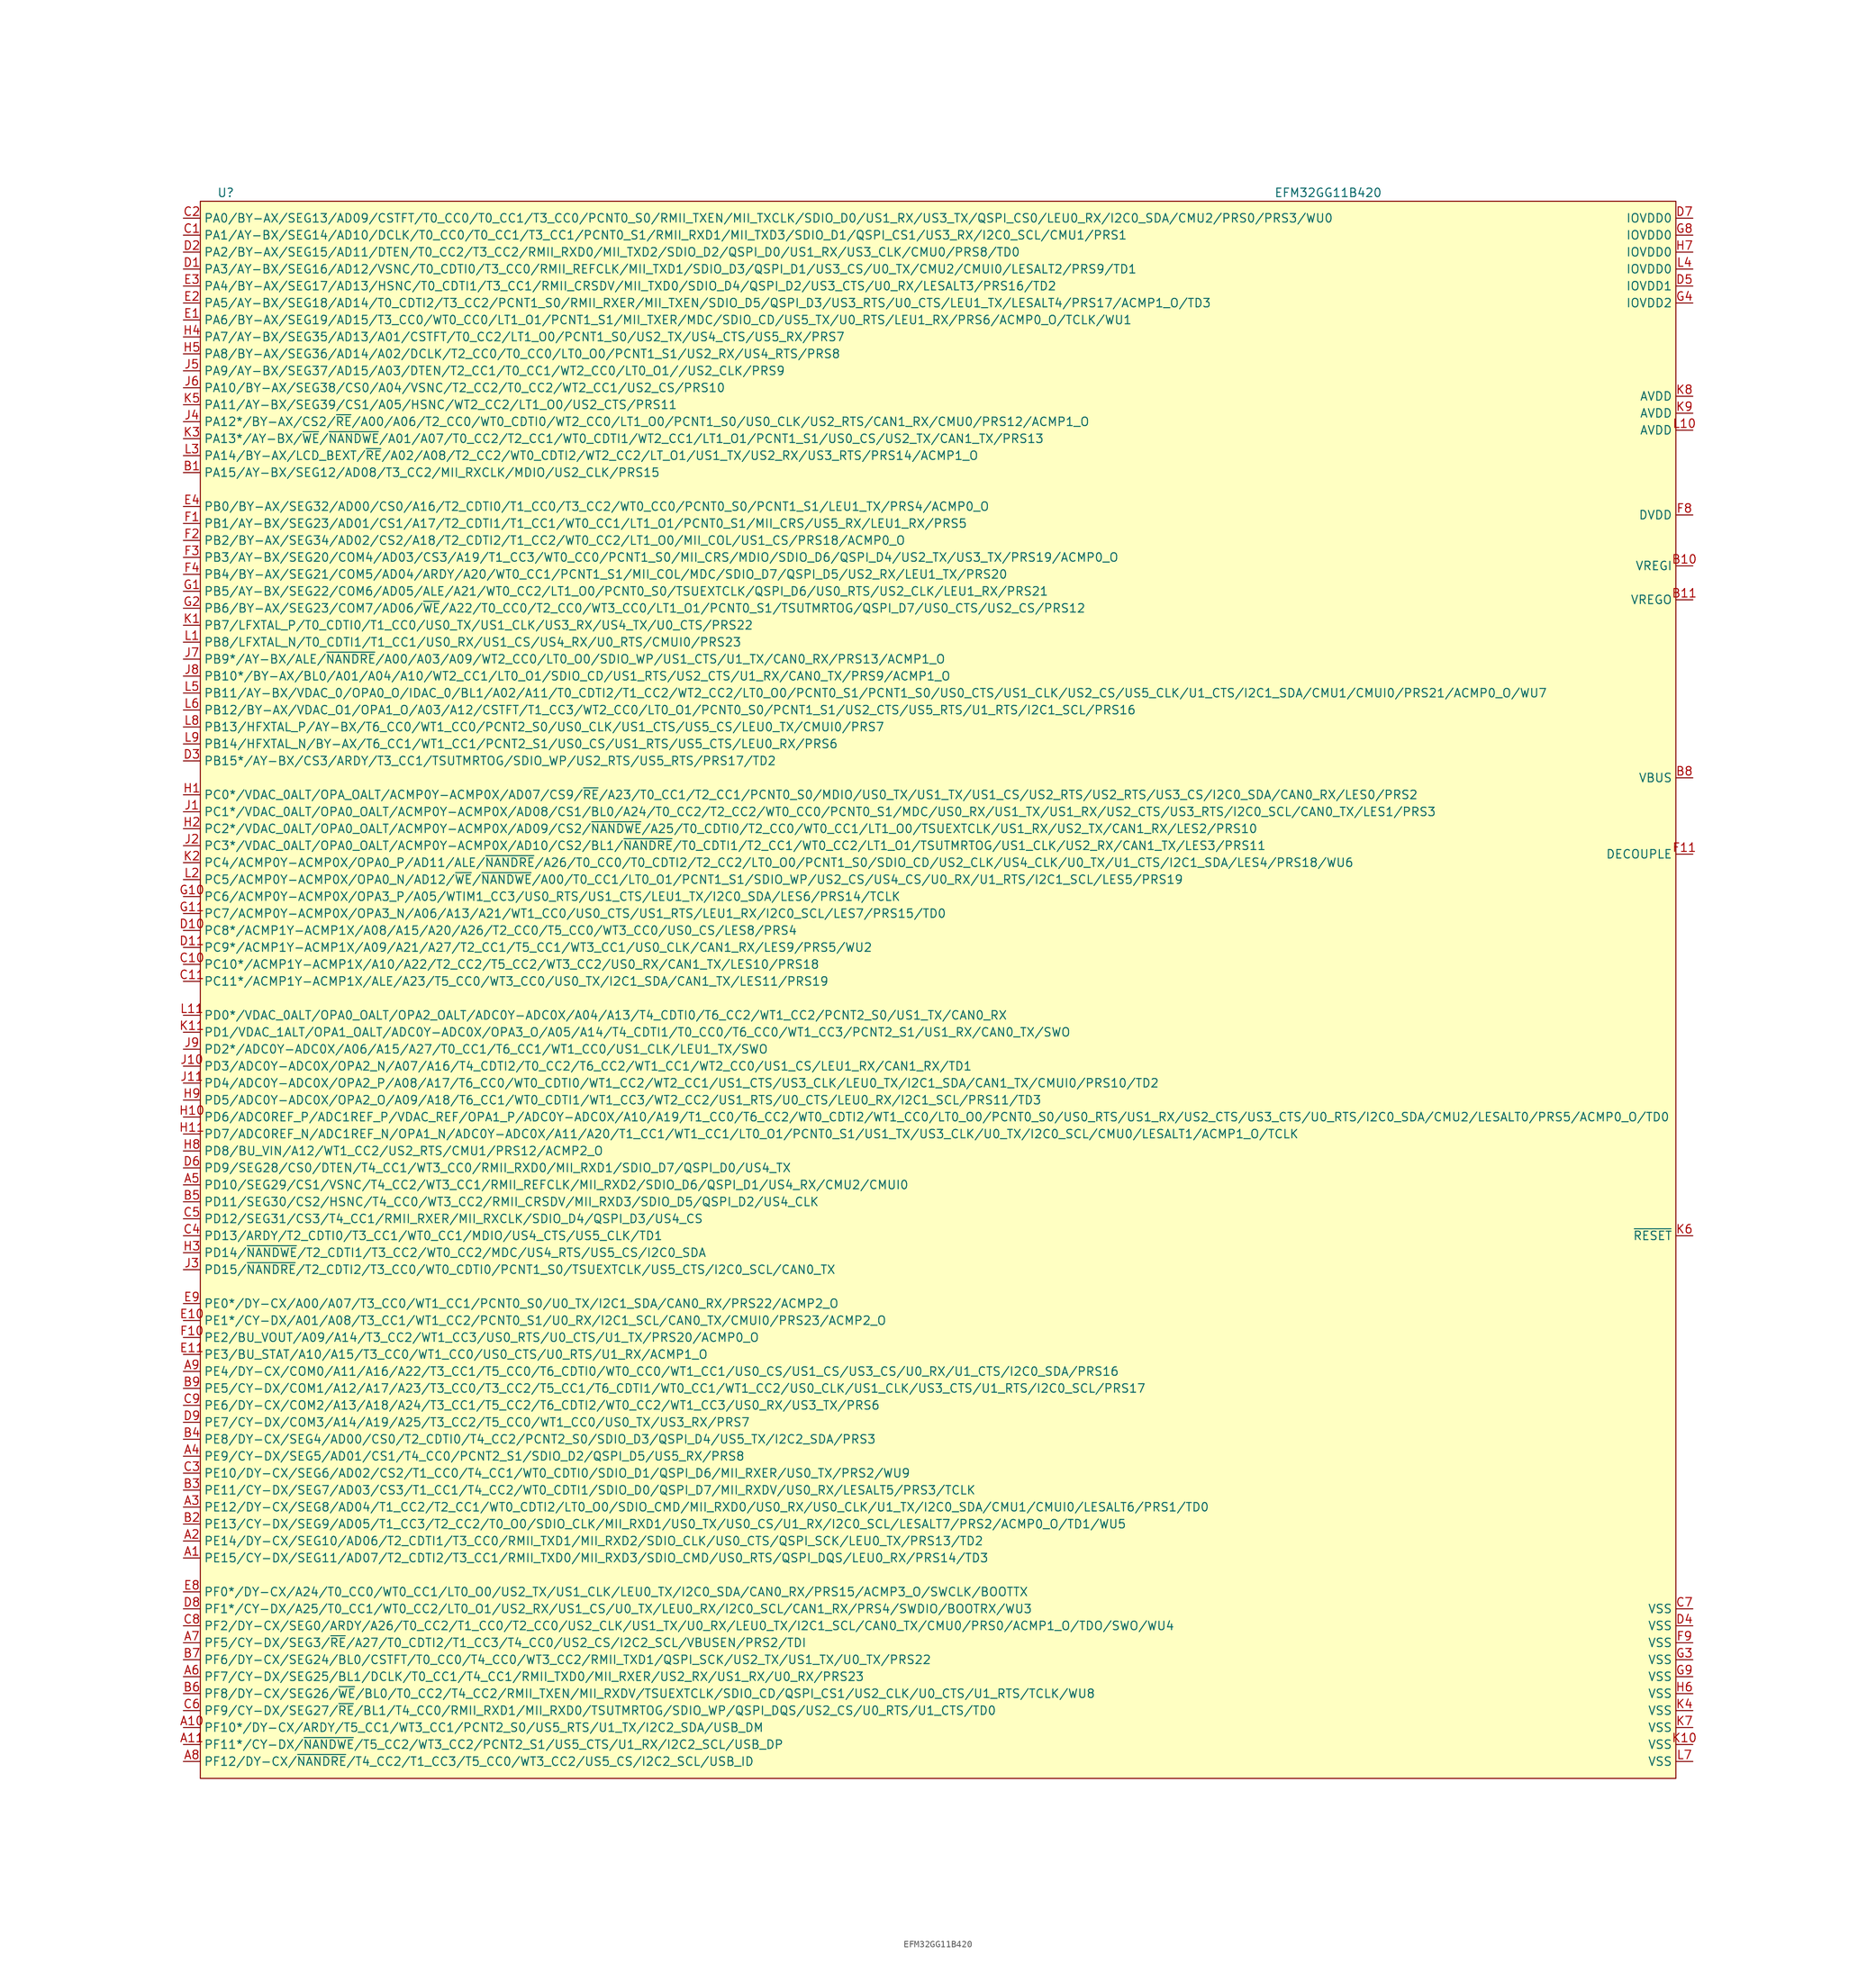
<source format=kicad_sym>
(kicad_symbol_lib
  (version 20231120)
  (generator "kicad_symbol_editor")
  (generator_version "8.0")
  (symbol "EFM32GG11B420"
    (property "Reference" "U"
      (at -101.6 116.84 0)
      (effects (font (size 1.27 1.27))))
    (property "Value" "EFM32GG11B420"
      (at 63.5 116.84 0)
      (effects (font (size 1.27 1.27))))
    (symbol "EFM32GG11B420_0_1"
      (rectangle (start -105.41 -120.65) (end 115.57 115.57) (stroke (width 0) (type default)) (fill (type background))))
    (symbol "EFM32GG11B420_1_1"
      (pin bidirectional line (at -107.95 -87.63 0) (length 2.54) (name "PE15/CY-DX/SEG11/AD07/T2_CDTI2/T3_CC1/RMII_TXD0/MII_RXD3/SDIO_CMD/US0_RTS/QSPI_DQS/LEU0_RX/PRS14/TD3" (effects (font (size 1.27 1.27)))) (number "A1" (effects (font (size 1.27 1.27)))))
      (pin bidirectional line (at -107.95 -113.03 0) (length 2.54) (name "PF10*/DY-CX/ARDY/T5_CC1/WT3_CC1/PCNT2_S0/US5_RTS/U1_TX/I2C2_SDA/USB_DM" (effects (font (size 1.27 1.27)))) (number "A10" (effects (font (size 1.27 1.27)))))
      (pin bidirectional line (at -107.95 -115.57 0) (length 2.54) (name "PF11*/CY-DX/~{NANDWE}/T5_CC2/WT3_CC2/PCNT2_S1/US5_CTS/U1_RX/I2C2_SCL/USB_DP" (effects (font (size 1.27 1.27)))) (number "A11" (effects (font (size 1.27 1.27)))))
      (pin bidirectional line (at -107.95 -85.09 0) (length 2.54) (name "PE14/DY-CX/SEG10/AD06/T2_CDTI1/T3_CC0/RMII_TXD1/MII_RXD2/SDIO_CLK/US0_CTS/QSPI_SCK/LEU0_TX/PRS13/TD2" (effects (font (size 1.27 1.27)))) (number "A2" (effects (font (size 1.27 1.27)))))
      (pin bidirectional line (at -107.95 -80.01 0) (length 2.54) (name "PE12/DY-CX/SEG8/AD04/T1_CC2/T2_CC1/WT0_CDTI2/LT0_O0/SDIO_CMD/MII_RXD0/US0_RX/US0_CLK/U1_TX/I2C0_SDA/CMU1/CMUI0/LESALT6/PRS1/TD0" (effects (font (size 1.27 1.27)))) (number "A3" (effects (font (size 1.27 1.27)))))
      (pin bidirectional line (at -107.95 -72.39 0) (length 2.54) (name "PE9/CY-DX/SEG5/AD01/CS1/T4_CC0/PCNT2_S1/SDIO_D2/QSPI_D5/US5_RX/PRS8" (effects (font (size 1.27 1.27)))) (number "A4" (effects (font (size 1.27 1.27)))))
      (pin bidirectional line (at -107.95 -31.75 0) (length 2.54) (name "PD10/SEG29/CS1/VSNC/T4_CC2/WT3_CC1/RMII_REFCLK/MII_RXD2/SDIO_D6/QSPI_D1/US4_RX/CMU2/CMUI0" (effects (font (size 1.27 1.27)))) (number "A5" (effects (font (size 1.27 1.27)))))
      (pin bidirectional line (at -107.95 -105.41 0) (length 2.54) (name "PF7/CY-DX/SEG25/BL1/DCLK/T0_CC1/T4_CC1/RMII_TXD0/MII_RXER/US2_RX/US1_RX/U0_RX/PRS23" (effects (font (size 1.27 1.27)))) (number "A6" (effects (font (size 1.27 1.27)))))
      (pin bidirectional line (at -107.95 -100.33 0) (length 2.54) (name "PF5/CY-DX/SEG3/~{RE}/A27/T0_CDTI2/T1_CC3/T4_CC0/US2_CS/I2C2_SCL/VBUSEN/PRS2/TDI" (effects (font (size 1.27 1.27)))) (number "A7" (effects (font (size 1.27 1.27)))))
      (pin bidirectional line (at -107.95 -118.11 0) (length 2.54) (name "PF12/DY-CX/~{NANDRE}/T4_CC2/T1_CC3/T5_CC0/WT3_CC2/US5_CS/I2C2_SCL/USB_ID" (effects (font (size 1.27 1.27)))) (number "A8" (effects (font (size 1.27 1.27)))))
      (pin bidirectional line (at -107.95 -59.69 0) (length 2.54) (name "PE4/DY-CX/COM0/A11/A16/A22/T3_CC1/T5_CC0/T6_CDTI0/WT0_CC0/WT1_CC1/US0_CS/US1_CS/US3_CS/U0_RX/U1_CTS/I2C0_SDA/PRS16" (effects (font (size 1.27 1.27)))) (number "A9" (effects (font (size 1.27 1.27)))))
      (pin bidirectional line (at -107.95 74.93 0) (length 2.54) (name "PA15/AY-BX/SEG12/AD08/T3_CC2/MII_RXCLK/MDIO/US2_CLK/PRS15" (effects (font (size 1.27 1.27)))) (number "B1" (effects (font (size 1.27 1.27)))))
      (pin power_in line (at 118.11 60.96 180) (length 2.54) (name "VREGI" (effects (font (size 1.27 1.27)))) (number "B10" (effects (font (size 1.27 1.27)))))
      (pin power_out line (at 118.11 55.88 180) (length 2.54) (name "VREGO" (effects (font (size 1.27 1.27)))) (number "B11" (effects (font (size 1.27 1.27)))))
      (pin bidirectional line (at -107.95 -82.55 0) (length 2.54) (name "PE13/CY-DX/SEG9/AD05/T1_CC3/T2_CC2/T0_O0/SDIO_CLK/MII_RXD1/US0_TX/US0_CS/U1_RX/I2C0_SCL/LESALT7/PRS2/ACMP0_O/TD1/WU5" (effects (font (size 1.27 1.27)))) (number "B2" (effects (font (size 1.27 1.27)))))
      (pin bidirectional line (at -107.95 -77.47 0) (length 2.54) (name "PE11/CY-DX/SEG7/AD03/CS3/T1_CC1/T4_CC2/WT0_CDTI1/SDIO_D0/QSPI_D7/MII_RXDV/US0_RX/LESALT5/PRS3/TCLK" (effects (font (size 1.27 1.27)))) (number "B3" (effects (font (size 1.27 1.27)))))
      (pin bidirectional line (at -107.95 -69.85 0) (length 2.54) (name "PE8/DY-CX/SEG4/AD00/CS0/T2_CDTI0/T4_CC2/PCNT2_S0/SDIO_D3/QSPI_D4/US5_TX/I2C2_SDA/PRS3" (effects (font (size 1.27 1.27)))) (number "B4" (effects (font (size 1.27 1.27)))))
      (pin bidirectional line (at -107.95 -34.29 0) (length 2.54) (name "PD11/SEG30/CS2/HSNC/T4_CC0/WT3_CC2/RMII_CRSDV/MII_RXD3/SDIO_D5/QSPI_D2/US4_CLK" (effects (font (size 1.27 1.27)))) (number "B5" (effects (font (size 1.27 1.27)))))
      (pin bidirectional line (at -107.95 -107.95 0) (length 2.54) (name "PF8/DY-CX/SEG26/~{WE}/BL0/T0_CC2/T4_CC2/RMII_TXEN/MII_RXDV/TSUEXTCLK/SDIO_CD/QSPI_CS1/US2_CLK/U0_CTS/U1_RTS/TCLK/WU8" (effects (font (size 1.27 1.27)))) (number "B6" (effects (font (size 1.27 1.27)))))
      (pin bidirectional line (at -107.95 -102.87 0) (length 2.54) (name "PF6/DY-CX/SEG24/BL0/CSTFT/T0_CC0/T4_CC0/WT3_CC2/RMII_TXD1/QSPI_SCK/US2_TX/US1_TX/U0_TX/PRS22" (effects (font (size 1.27 1.27)))) (number "B7" (effects (font (size 1.27 1.27)))))
      (pin power_in line (at 118.11 29.21 180) (length 2.54) (name "VBUS" (effects (font (size 1.27 1.27)))) (number "B8" (effects (font (size 1.27 1.27)))))
      (pin bidirectional line (at -107.95 -62.23 0) (length 2.54) (name "PE5/CY-DX/COM1/A12/A17/A23/T3_CC0/T3_CC2/T5_CC1/T6_CDTI1/WT0_CC1/WT1_CC2/US0_CLK/US1_CLK/US3_CTS/U1_RTS/I2C0_SCL/PRS17" (effects (font (size 1.27 1.27)))) (number "B9" (effects (font (size 1.27 1.27)))))
      (pin bidirectional line (at -107.95 110.49 0) (length 2.54) (name "PA1/AY-BX/SEG14/AD10/DCLK/T0_CC0/T0_CC1/T3_CC1/PCNT0_S1/RMII_RXD1/MII_TXD3/SDIO_D1/QSPI_CS1/US3_RX/I2C0_SCL/CMU1/PRS1" (effects (font (size 1.27 1.27)))) (number "C1" (effects (font (size 1.27 1.27)))))
      (pin bidirectional line (at -107.95 1.27 0) (length 2.54) (name "PC10*/ACMP1Y-ACMP1X/A10/A22/T2_CC2/T5_CC2/WT3_CC2/US0_RX/CAN1_TX/LES10/PRS18" (effects (font (size 1.27 1.27)))) (number "C10" (effects (font (size 1.27 1.27)))))
      (pin bidirectional line (at -107.95 -1.27 0) (length 2.54) (name "PC11*/ACMP1Y-ACMP1X/ALE/A23/T5_CC0/WT3_CC0/US0_TX/I2C1_SDA/CAN1_TX/LES11/PRS19" (effects (font (size 1.27 1.27)))) (number "C11" (effects (font (size 1.27 1.27)))))
      (pin bidirectional line (at -107.95 113.03 0) (length 2.54) (name "PA0/BY-AX/SEG13/AD09/CSTFT/T0_CC0/T0_CC1/T3_CC0/PCNT0_S0/RMII_TXEN/MII_TXCLK/SDIO_D0/US1_RX/US3_TX/QSPI_CS0/LEU0_RX/I2C0_SDA/CMU2/PRS0/PRS3/WU0" (effects (font (size 1.27 1.27)))) (number "C2" (effects (font (size 1.27 1.27)))))
      (pin bidirectional line (at -107.95 -74.93 0) (length 2.54) (name "PE10/DY-CX/SEG6/AD02/CS2/T1_CC0/T4_CC1/WT0_CDTI0/SDIO_D1/QSPI_D6/MII_RXER/US0_TX/PRS2/WU9" (effects (font (size 1.27 1.27)))) (number "C3" (effects (font (size 1.27 1.27)))))
      (pin bidirectional line (at -107.95 -39.37 0) (length 2.54) (name "PD13/ARDY/T2_CDTI0/T3_CC1/WT0_CC1/MDIO/US4_CTS/US5_CLK/TD1" (effects (font (size 1.27 1.27)))) (number "C4" (effects (font (size 1.27 1.27)))))
      (pin bidirectional line (at -107.95 -36.83 0) (length 2.54) (name "PD12/SEG31/CS3/T4_CC1/RMII_RXER/MII_RXCLK/SDIO_D4/QSPI_D3/US4_CS" (effects (font (size 1.27 1.27)))) (number "C5" (effects (font (size 1.27 1.27)))))
      (pin bidirectional line (at -107.95 -110.49 0) (length 2.54) (name "PF9/CY-DX/SEG27/~{RE}/BL1/T4_CC0/RMII_RXD1/MII_RXD0/TSUTMRTOG/SDIO_WP/QSPI_DQS/US2_CS/U0_RTS/U1_CTS/TD0" (effects (font (size 1.27 1.27)))) (number "C6" (effects (font (size 1.27 1.27)))))
      (pin power_in line (at 118.11 -95.25 180) (length 2.54) (name "VSS" (effects (font (size 1.27 1.27)))) (number "C7" (effects (font (size 1.27 1.27)))))
      (pin bidirectional line (at -107.95 -97.79 0) (length 2.54) (name "PF2/DY-CX/SEG0/ARDY/A26/T0_CC2/T1_CC0/T2_CC0/US2_CLK/US1_TX/U0_RX/LEU0_TX/I2C1_SCL/CAN0_TX/CMU0/PRS0/ACMP1_O/TDO/SWO/WU4" (effects (font (size 1.27 1.27)))) (number "C8" (effects (font (size 1.27 1.27)))))
      (pin bidirectional line (at -107.95 -64.77 0) (length 2.54) (name "PE6/DY-CX/COM2/A13/A18/A24/T3_CC1/T5_CC2/T6_CDTI2/WT0_CC2/WT1_CC3/US0_RX/US3_TX/PRS6" (effects (font (size 1.27 1.27)))) (number "C9" (effects (font (size 1.27 1.27)))))
      (pin bidirectional line (at -107.95 105.41 0) (length 2.54) (name "PA3/AY-BX/SEG16/AD12/VSNC/T0_CDTI0/T3_CC0/RMII_REFCLK/MII_TXD1/SDIO_D3/QSPI_D1/US3_CS/U0_TX/CMU2/CMUI0/LESALT2/PRS9/TD1" (effects (font (size 1.27 1.27)))) (number "D1" (effects (font (size 1.27 1.27)))))
      (pin bidirectional line (at -107.95 6.35 0) (length 2.54) (name "PC8*/ACMP1Y-ACMP1X/A08/A15/A20/A26/T2_CC0/T5_CC0/WT3_CC0/US0_CS/LES8/PRS4" (effects (font (size 1.27 1.27)))) (number "D10" (effects (font (size 1.27 1.27)))))
      (pin bidirectional line (at -107.95 3.81 0) (length 2.54) (name "PC9*/ACMP1Y-ACMP1X/A09/A21/A27/T2_CC1/T5_CC1/WT3_CC1/US0_CLK/CAN1_RX/LES9/PRS5/WU2" (effects (font (size 1.27 1.27)))) (number "D11" (effects (font (size 1.27 1.27)))))
      (pin bidirectional line (at -107.95 107.95 0) (length 2.54) (name "PA2/BY-AX/SEG15/AD11/DTEN/T0_CC2/T3_CC2/RMII_RXD0/MII_TXD2/SDIO_D2/QSPI_D0/US1_RX/US3_CLK/CMU0/PRS8/TD0" (effects (font (size 1.27 1.27)))) (number "D2" (effects (font (size 1.27 1.27)))))
      (pin bidirectional line (at -107.95 31.75 0) (length 2.54) (name "PB15*/AY-BX/CS3/ARDY/T3_CC1/TSUTMRTOG/SDIO_WP/US2_RTS/US5_RTS/PRS17/TD2" (effects (font (size 1.27 1.27)))) (number "D3" (effects (font (size 1.27 1.27)))))
      (pin power_in line (at 118.11 -97.79 180) (length 2.54) (name "VSS" (effects (font (size 1.27 1.27)))) (number "D4" (effects (font (size 1.27 1.27)))))
      (pin power_in line (at 118.11 102.87 180) (length 2.54) (name "IOVDD1" (effects (font (size 1.27 1.27)))) (number "D5" (effects (font (size 1.27 1.27)))))
      (pin bidirectional line (at -107.95 -29.21 0) (length 2.54) (name "PD9/SEG28/CS0/DTEN/T4_CC1/WT3_CC0/RMII_RXD0/MII_RXD1/SDIO_D7/QSPI_D0/US4_TX" (effects (font (size 1.27 1.27)))) (number "D6" (effects (font (size 1.27 1.27)))))
      (pin bidirectional line (at 118.11 113.03 180) (length 2.54) (name "IOVDD0" (effects (font (size 1.27 1.27)))) (number "D7" (effects (font (size 1.27 1.27)))))
      (pin bidirectional line (at -107.95 -95.25 0) (length 2.54) (name "PF1*/CY-DX/A25/T0_CC1/WT0_CC2/LT0_O1/US2_RX/US1_CS/U0_TX/LEU0_RX/I2C0_SCL/CAN1_RX/PRS4/SWDIO/BOOTRX/WU3" (effects (font (size 1.27 1.27)))) (number "D8" (effects (font (size 1.27 1.27)))))
      (pin bidirectional line (at -107.95 -67.31 0) (length 2.54) (name "PE7/CY-DX/COM3/A14/A19/A25/T3_CC2/T5_CC0/WT1_CC0/US0_TX/US3_RX/PRS7" (effects (font (size 1.27 1.27)))) (number "D9" (effects (font (size 1.27 1.27)))))
      (pin bidirectional line (at -107.95 97.79 0) (length 2.54) (name "PA6/BY-AX/SEG19/AD15/T3_CC0/WT0_CC0/LT1_O1/PCNT1_S1/MII_TXER/MDC/SDIO_CD/US5_TX/U0_RTS/LEU1_RX/PRS6/ACMP0_O/TCLK/WU1" (effects (font (size 1.27 1.27)))) (number "E1" (effects (font (size 1.27 1.27)))))
      (pin bidirectional line (at -107.95 -52.07 0) (length 2.54) (name "PE1*/CY-DX/A01/A08/T3_CC1/WT1_CC2/PCNT0_S1/U0_RX/I2C1_SCL/CAN0_TX/CMUI0/PRS23/ACMP2_O" (effects (font (size 1.27 1.27)))) (number "E10" (effects (font (size 1.27 1.27)))))
      (pin bidirectional line (at -107.95 -57.15 0) (length 2.54) (name "PE3/BU_STAT/A10/A15/T3_CC0/WT1_CC0/US0_CTS/U0_RTS/U1_RX/ACMP1_O" (effects (font (size 1.27 1.27)))) (number "E11" (effects (font (size 1.27 1.27)))))
      (pin bidirectional line (at -107.95 100.33 0) (length 2.54) (name "PA5/AY-BX/SEG18/AD14/T0_CDTI2/T3_CC2/PCNT1_S0/RMII_RXER/MII_TXEN/SDIO_D5/QSPI_D3/US3_RTS/U0_CTS/LEU1_TX/LESALT4/PRS17/ACMP1_O/TD3" (effects (font (size 1.27 1.27)))) (number "E2" (effects (font (size 1.27 1.27)))))
      (pin bidirectional line (at -107.95 102.87 0) (length 2.54) (name "PA4/BY-AX/SEG17/AD13/HSNC/T0_CDTI1/T3_CC1/RMII_CRSDV/MII_TXD0/SDIO_D4/QSPI_D2/US3_CTS/U0_RX/LESALT3/PRS16/TD2" (effects (font (size 1.27 1.27)))) (number "E3" (effects (font (size 1.27 1.27)))))
      (pin bidirectional line (at -107.95 69.85 0) (length 2.54) (name "PB0/BY-AX/SEG32/AD00/CS0/A16/T2_CDTI0/T1_CC0/T3_CC2/WT0_CC0/PCNT0_S0/PCNT1_S1/LEU1_TX/PRS4/ACMP0_O" (effects (font (size 1.27 1.27)))) (number "E4" (effects (font (size 1.27 1.27)))))
      (pin bidirectional line (at -107.95 -92.71 0) (length 2.54) (name "PF0*/DY-CX/A24/T0_CC0/WT0_CC1/LT0_O0/US2_TX/US1_CLK/LEU0_TX/I2C0_SDA/CAN0_RX/PRS15/ACMP3_O/SWCLK/BOOTTX" (effects (font (size 1.27 1.27)))) (number "E8" (effects (font (size 1.27 1.27)))))
      (pin bidirectional line (at -107.95 -49.53 0) (length 2.54) (name "PE0*/DY-CX/A00/A07/T3_CC0/WT1_CC1/PCNT0_S0/U0_TX/I2C1_SDA/CAN0_RX/PRS22/ACMP2_O" (effects (font (size 1.27 1.27)))) (number "E9" (effects (font (size 1.27 1.27)))))
      (pin bidirectional line (at -107.95 67.31 0) (length 2.54) (name "PB1/AY-BX/SEG23/AD01/CS1/A17/T2_CDTI1/T1_CC1/WT0_CC1/LT1_O1/PCNT0_S1/MII_CRS/US5_RX/LEU1_RX/PRS5" (effects (font (size 1.27 1.27)))) (number "F1" (effects (font (size 1.27 1.27)))))
      (pin bidirectional line (at -107.95 -54.61 0) (length 2.54) (name "PE2/BU_VOUT/A09/A14/T3_CC2/WT1_CC3/US0_RTS/U0_CTS/U1_TX/PRS20/ACMP0_O" (effects (font (size 1.27 1.27)))) (number "F10" (effects (font (size 1.27 1.27)))))
      (pin power_out line (at 118.11 17.78 180) (length 2.54) (name "DECOUPLE" (effects (font (size 1.27 1.27)))) (number "F11" (effects (font (size 1.27 1.27)))))
      (pin bidirectional line (at -107.95 64.77 0) (length 2.54) (name "PB2/BY-AX/SEG34/AD02/CS2/A18/T2_CDTI2/T1_CC2/WT0_CC2/LT1_O0/MII_COL/US1_CS/PRS18/ACMP0_O" (effects (font (size 1.27 1.27)))) (number "F2" (effects (font (size 1.27 1.27)))))
      (pin bidirectional line (at -107.95 62.23 0) (length 2.54) (name "PB3/AY-BX/SEG20/COM4/AD03/CS3/A19/T1_CC3/WT0_CC0/PCNT1_S0/MII_CRS/MDIO/SDIO_D6/QSPI_D4/US2_TX/US3_TX/PRS19/ACMP0_O" (effects (font (size 1.27 1.27)))) (number "F3" (effects (font (size 1.27 1.27)))))
      (pin bidirectional line (at -107.95 59.69 0) (length 2.54) (name "PB4/BY-AX/SEG21/COM5/AD04/ARDY/A20/WT0_CC1/PCNT1_S1/MII_COL/MDC/SDIO_D7/QSPI_D5/US2_RX/LEU1_TX/PRS20" (effects (font (size 1.27 1.27)))) (number "F4" (effects (font (size 1.27 1.27)))))
      (pin power_in line (at 118.11 68.58 180) (length 2.54) (name "DVDD" (effects (font (size 1.27 1.27)))) (number "F8" (effects (font (size 1.27 1.27)))))
      (pin power_in line (at 118.11 -100.33 180) (length 2.54) (name "VSS" (effects (font (size 1.27 1.27)))) (number "F9" (effects (font (size 1.27 1.27)))))
      (pin bidirectional line (at -107.95 57.15 0) (length 2.54) (name "PB5/AY-BX/SEG22/COM6/AD05/ALE/A21/WT0_CC2/LT1_O0/PCNT0_S0/TSUEXTCLK/QSPI_D6/US0_RTS/US2_CLK/LEU1_RX/PRS21" (effects (font (size 1.27 1.27)))) (number "G1" (effects (font (size 1.27 1.27)))))
      (pin bidirectional line (at -107.95 11.43 0) (length 2.54) (name "PC6/ACMP0Y-ACMP0X/OPA3_P/A05/WTIM1_CC3/US0_RTS/US1_CTS/LEU1_TX/I2C0_SDA/LES6/PRS14/TCLK" (effects (font (size 1.27 1.27)))) (number "G10" (effects (font (size 1.27 1.27)))))
      (pin bidirectional line (at -107.95 8.89 0) (length 2.54) (name "PC7/ACMP0Y-ACMP0X/OPA3_N/A06/A13/A21/WT1_CC0/US0_CTS/US1_RTS/LEU1_RX/I2C0_SCL/LES7/PRS15/TD0" (effects (font (size 1.27 1.27)))) (number "G11" (effects (font (size 1.27 1.27)))))
      (pin bidirectional line (at -107.95 54.61 0) (length 2.54) (name "PB6/BY-AX/SEG23/COM7/AD06/~{WE}/A22/T0_CC0/T2_CC0/WT3_CC0/LT1_O1/PCNT0_S1/TSUTMRTOG/QSPI_D7/US0_CTS/US2_CS/PRS12" (effects (font (size 1.27 1.27)))) (number "G2" (effects (font (size 1.27 1.27)))))
      (pin power_in line (at 118.11 -102.87 180) (length 2.54) (name "VSS" (effects (font (size 1.27 1.27)))) (number "G3" (effects (font (size 1.27 1.27)))))
      (pin power_in line (at 118.11 100.33 180) (length 2.54) (name "IOVDD2" (effects (font (size 1.27 1.27)))) (number "G4" (effects (font (size 1.27 1.27)))))
      (pin power_in line (at 118.11 110.49 180) (length 2.54) (name "IOVDD0" (effects (font (size 1.27 1.27)))) (number "G8" (effects (font (size 1.27 1.27)))))
      (pin power_in line (at 118.11 -105.41 180) (length 2.54) (name "VSS" (effects (font (size 1.27 1.27)))) (number "G9" (effects (font (size 1.27 1.27)))))
      (pin bidirectional line (at -107.95 26.67 0) (length 2.54) (name "PC0*/VDAC_0ALT/OPA_OALT/ACMP0Y-ACMP0X/AD07/CS9/~{RE}/A23/T0_CC1/T2_CC1/PCNT0_S0/MDIO/US0_TX/US1_TX/US1_CS/US2_RTS/US2_RTS/US3_CS/I2C0_SDA/CAN0_RX/LES0/PRS2" (effects (font (size 1.27 1.27)))) (number "H1" (effects (font (size 1.27 1.27)))))
      (pin bidirectional line (at -107.95 -21.59 0) (length 2.54) (name "PD6/ADC0REF_P/ADC1REF_P/VDAC_REF/OPA1_P/ADC0Y-ADC0X/A10/A19/T1_CC0/T6_CC2/WT0_CDTI2/WT1_CC0/LT0_O0/PCNT0_S0/US0_RTS/US1_RX/US2_CTS/US3_CTS/U0_RTS/I2C0_SDA/CMU2/LESALT0/PRS5/ACMP0_O/TD0" (effects (font (size 1.27 1.27)))) (number "H10" (effects (font (size 1.27 1.27)))))
      (pin bidirectional line (at -107.95 -24.13 0) (length 2.54) (name "PD7/ADC0REF_N/ADC1REF_N/OPA1_N/ADC0Y-ADC0X/A11/A20/T1_CC1/WT1_CC1/LT0_O1/PCNT0_S1/US1_TX/US3_CLK/U0_TX/I2C0_SCL/CMU0/LESALT1/ACMP1_O/TCLK" (effects (font (size 1.27 1.27)))) (number "H11" (effects (font (size 1.27 1.27)))))
      (pin bidirectional line (at -107.95 21.59 0) (length 2.54) (name "PC2*/VDAC_0ALT/OPA0_OALT/ACMP0Y-ACMP0X/AD09/CS2/~{NANDWE}/A25/T0_CDTI0/T2_CC0/WT0_CC1/LT1_O0/TSUEXTCLK/US1_RX/US2_TX/CAN1_RX/LES2/PRS10" (effects (font (size 1.27 1.27)))) (number "H2" (effects (font (size 1.27 1.27)))))
      (pin bidirectional line (at -107.95 -41.91 0) (length 2.54) (name "PD14/~{NANDWE}/T2_CDTI1/T3_CC2/WT0_CC2/MDC/US4_RTS/US5_CS/I2C0_SDA" (effects (font (size 1.27 1.27)))) (number "H3" (effects (font (size 1.27 1.27)))))
      (pin bidirectional line (at -107.95 95.25 0) (length 2.54) (name "PA7/AY-BX/SEG35/AD13/A01/CSTFT/T0_CC2/LT1_O0/PCNT1_S0/US2_TX/US4_CTS/US5_RX/PRS7" (effects (font (size 1.27 1.27)))) (number "H4" (effects (font (size 1.27 1.27)))))
      (pin bidirectional line (at -107.95 92.71 0) (length 2.54) (name "PA8/BY-AX/SEG36/AD14/A02/DCLK/T2_CC0/T0_CC0/LT0_O0/PCNT1_S1/US2_RX/US4_RTS/PRS8" (effects (font (size 1.27 1.27)))) (number "H5" (effects (font (size 1.27 1.27)))))
      (pin power_in line (at 118.11 -107.95 180) (length 2.54) (name "VSS" (effects (font (size 1.27 1.27)))) (number "H6" (effects (font (size 1.27 1.27)))))
      (pin power_in line (at 118.11 107.95 180) (length 2.54) (name "IOVDD0" (effects (font (size 1.27 1.27)))) (number "H7" (effects (font (size 1.27 1.27)))))
      (pin bidirectional line (at -107.95 -26.67 0) (length 2.54) (name "PD8/BU_VIN/A12/WT1_CC2/US2_RTS/CMU1/PRS12/ACMP2_O" (effects (font (size 1.27 1.27)))) (number "H8" (effects (font (size 1.27 1.27)))))
      (pin bidirectional line (at -107.95 -19.05 0) (length 2.54) (name "PD5/ADC0Y-ADC0X/OPA2_O/A09/A18/T6_CC1/WT0_CDTI1/WT1_CC3/WT2_CC2/US1_RTS/U0_CTS/LEU0_RX/I2C1_SCL/PRS11/TD3" (effects (font (size 1.27 1.27)))) (number "H9" (effects (font (size 1.27 1.27)))))
      (pin bidirectional line (at -107.95 24.13 0) (length 2.54) (name "PC1*/VDAC_0ALT/OPA0_OALT/ACMP0Y-ACMP0X/AD08/CS1/BL0/A24/T0_CC2/T2_CC2/WT0_CC0/PCNT0_S1/MDC/US0_RX/US1_TX/US1_RX/US2_CTS/US3_RTS/I2C0_SCL/CAN0_TX/LES1/PRS3" (effects (font (size 1.27 1.27)))) (number "J1" (effects (font (size 1.27 1.27)))))
      (pin bidirectional line (at -107.95 -13.97 0) (length 2.54) (name "PD3/ADC0Y-ADC0X/OPA2_N/A07/A16/T4_CDTI2/T0_CC2/T6_CC2/WT1_CC1/WT2_CC0/US1_CS/LEU1_RX/CAN1_RX/TD1" (effects (font (size 1.27 1.27)))) (number "J10" (effects (font (size 1.27 1.27)))))
      (pin bidirectional line (at -107.95 -16.51 0) (length 2.54) (name "PD4/ADC0Y-ADC0X/OPA2_P/A08/A17/T6_CC0/WT0_CDTI0/WT1_CC2/WT2_CC1/US1_CTS/US3_CLK/LEU0_TX/I2C1_SDA/CAN1_TX/CMUI0/PRS10/TD2" (effects (font (size 1.27 1.27)))) (number "J11" (effects (font (size 1.27 1.27)))))
      (pin bidirectional line (at -107.95 19.05 0) (length 2.54) (name "PC3*/VDAC_0ALT/OPA0_OALT/ACMP0Y-ACMP0X/AD10/CS2/BL1/~{NANDRE}/T0_CDTI1/T2_CC1/WT0_CC2/LT1_O1/TSUTMRTOG/US1_CLK/US2_RX/CAN1_TX/LES3/PRS11" (effects (font (size 1.27 1.27)))) (number "J2" (effects (font (size 1.27 1.27)))))
      (pin bidirectional line (at -107.95 -44.45 0) (length 2.54) (name "PD15/~{NANDRE}/T2_CDTI2/T3_CC0/WT0_CDTI0/PCNT1_S0/TSUEXTCLK/US5_CTS/I2C0_SCL/CAN0_TX" (effects (font (size 1.27 1.27)))) (number "J3" (effects (font (size 1.27 1.27)))))
      (pin bidirectional line (at -107.95 82.55 0) (length 2.54) (name "PA12*/BY-AX/CS2/~{RE}/A00/A06/T2_CC0/WT0_CDTI0/WT2_CC0/LT1_O0/PCNT1_S0/US0_CLK/US2_RTS/CAN1_RX/CMU0/PRS12/ACMP1_O" (effects (font (size 1.27 1.27)))) (number "J4" (effects (font (size 1.27 1.27)))))
      (pin bidirectional line (at -107.95 90.17 0) (length 2.54) (name "PA9/AY-BX/SEG37/AD15/A03/DTEN/T2_CC1/T0_CC1/WT2_CC0/LT0_O1//US2_CLK/PRS9" (effects (font (size 1.27 1.27)))) (number "J5" (effects (font (size 1.27 1.27)))))
      (pin bidirectional line (at -107.95 87.63 0) (length 2.54) (name "PA10/BY-AX/SEG38/CS0/A04/VSNC/T2_CC2/T0_CC2/WT2_CC1/US2_CS/PRS10" (effects (font (size 1.27 1.27)))) (number "J6" (effects (font (size 1.27 1.27)))))
      (pin bidirectional line (at -107.95 46.99 0) (length 2.54) (name "PB9*/AY-BX/ALE/~{NANDRE}/A00/A03/A09/WT2_CC0/LT0_O0/SDIO_WP/US1_CTS/U1_TX/CAN0_RX/PRS13/ACMP1_O" (effects (font (size 1.27 1.27)))) (number "J7" (effects (font (size 1.27 1.27)))))
      (pin bidirectional line (at -107.95 44.45 0) (length 2.54) (name "PB10*/BY-AX/BL0/A01/A04/A10/WT2_CC1/LT0_O1/SDIO_CD/US1_RTS/US2_CTS/U1_RX/CAN0_TX/PRS9/ACMP1_O" (effects (font (size 1.27 1.27)))) (number "J8" (effects (font (size 1.27 1.27)))))
      (pin bidirectional line (at -107.95 -11.43 0) (length 2.54) (name "PD2*/ADC0Y-ADC0X/A06/A15/A27/T0_CC1/T6_CC1/WT1_CC0/US1_CLK/LEU1_TX/SWO" (effects (font (size 1.27 1.27)))) (number "J9" (effects (font (size 1.27 1.27)))))
      (pin bidirectional line (at -107.95 52.07 0) (length 2.54) (name "PB7/LFXTAL_P/T0_CDTI0/T1_CC0/US0_TX/US1_CLK/US3_RX/US4_TX/U0_CTS/PRS22" (effects (font (size 1.27 1.27)))) (number "K1" (effects (font (size 1.27 1.27)))))
      (pin power_in line (at 118.11 -115.57 180) (length 2.54) (name "VSS" (effects (font (size 1.27 1.27)))) (number "K10" (effects (font (size 1.27 1.27)))))
      (pin bidirectional line (at -107.95 -8.89 0) (length 2.54) (name "PD1/VDAC_1ALT/OPA1_OALT/ADC0Y-ADC0X/OPA3_O/A05/A14/T4_CDTI1/T0_CC0/T6_CC0/WT1_CC3/PCNT2_S1/US1_RX/CAN0_TX/SWO" (effects (font (size 1.27 1.27)))) (number "K11" (effects (font (size 1.27 1.27)))))
      (pin bidirectional line (at -107.95 16.51 0) (length 2.54) (name "PC4/ACMP0Y-ACMP0X/OPA0_P/AD11/ALE/~{NANDRE}/A26/T0_CC0/T0_CDTI2/T2_CC2/LT0_O0/PCNT1_S0/SDIO_CD/US2_CLK/US4_CLK/U0_TX/U1_CTS/I2C1_SDA/LES4/PRS18/WU6" (effects (font (size 1.27 1.27)))) (number "K2" (effects (font (size 1.27 1.27)))))
      (pin bidirectional line (at -107.95 80.01 0) (length 2.54) (name "PA13*/AY-BX/~{WE}/~{NANDWE}/A01/A07/T0_CC2/T2_CC1/WT0_CDTI1/WT2_CC1/LT1_O1/PCNT1_S1/US0_CS/US2_TX/CAN1_TX/PRS13" (effects (font (size 1.27 1.27)))) (number "K3" (effects (font (size 1.27 1.27)))))
      (pin power_in line (at 118.11 -110.49 180) (length 2.54) (name "VSS" (effects (font (size 1.27 1.27)))) (number "K4" (effects (font (size 1.27 1.27)))))
      (pin bidirectional line (at -107.95 85.09 0) (length 2.54) (name "PA11/AY-BX/SEG39/CS1/A05/HSNC/WT2_CC2/LT1_O0/US2_CTS/PRS11" (effects (font (size 1.27 1.27)))) (number "K5" (effects (font (size 1.27 1.27)))))
      (pin input line (at 118.11 -39.37 180) (length 2.54) (name "~{RESET}" (effects (font (size 1.27 1.27)))) (number "K6" (effects (font (size 1.27 1.27)))))
      (pin power_in line (at 118.11 -113.03 180) (length 2.54) (name "VSS" (effects (font (size 1.27 1.27)))) (number "K7" (effects (font (size 1.27 1.27)))))
      (pin power_in line (at 118.11 86.36 180) (length 2.54) (name "AVDD" (effects (font (size 1.27 1.27)))) (number "K8" (effects (font (size 1.27 1.27)))))
      (pin power_in line (at 118.11 83.82 180) (length 2.54) (name "AVDD" (effects (font (size 1.27 1.27)))) (number "K9" (effects (font (size 1.27 1.27)))))
      (pin bidirectional line (at -107.95 49.53 0) (length 2.54) (name "PB8/LFXTAL_N/T0_CDTI1/T1_CC1/US0_RX/US1_CS/US4_RX/U0_RTS/CMUI0/PRS23" (effects (font (size 1.27 1.27)))) (number "L1" (effects (font (size 1.27 1.27)))))
      (pin power_in line (at 118.11 81.28 180) (length 2.54) (name "AVDD" (effects (font (size 1.27 1.27)))) (number "L10" (effects (font (size 1.27 1.27)))))
      (pin bidirectional line (at -107.95 -6.35 0) (length 2.54) (name "PD0*/VDAC_0ALT/OPA0_OALT/OPA2_OALT/ADC0Y-ADC0X/A04/A13/T4_CDTI0/T6_CC2/WT1_CC2/PCNT2_S0/US1_TX/CAN0_RX" (effects (font (size 1.27 1.27)))) (number "L11" (effects (font (size 1.27 1.27)))))
      (pin bidirectional line (at -107.95 13.97 0) (length 2.54) (name "PC5/ACMP0Y-ACMP0X/OPA0_N/AD12/~{WE}/~{NANDWE}/A00/T0_CC1/LT0_O1/PCNT1_S1/SDIO_WP/US2_CS/US4_CS/U0_RX/U1_RTS/I2C1_SCL/LES5/PRS19" (effects (font (size 1.27 1.27)))) (number "L2" (effects (font (size 1.27 1.27)))))
      (pin bidirectional line (at -107.95 77.47 0) (length 2.54) (name "PA14/BY-AX/LCD_BEXT/~{RE}/A02/A08/T2_CC2/WT0_CDTI2/WT2_CC2/LT_O1/US1_TX/US2_RX/US3_RTS/PRS14/ACMP1_O" (effects (font (size 1.27 1.27)))) (number "L3" (effects (font (size 1.27 1.27)))))
      (pin power_in line (at 118.11 105.41 180) (length 2.54) (name "IOVDD0" (effects (font (size 1.27 1.27)))) (number "L4" (effects (font (size 1.27 1.27)))))
      (pin bidirectional line (at -107.95 41.91 0) (length 2.54) (name "PB11/AY-BX/VDAC_0/OPA0_O/IDAC_0/BL1/A02/A11/T0_CDTI2/T1_CC2/WT2_CC2/LT0_O0/PCNT0_S1/PCNT1_S0/US0_CTS/US1_CLK/US2_CS/US5_CLK/U1_CTS/I2C1_SDA/CMU1/CMUI0/PRS21/ACMP0_O/WU7" (effects (font (size 1.27 1.27)))) (number "L5" (effects (font (size 1.27 1.27)))))
      (pin bidirectional line (at -107.95 39.37 0) (length 2.54) (name "PB12/BY-AX/VDAC_O1/OPA1_O/A03/A12/CSTFT/T1_CC3/WT2_CC0/LT0_O1/PCNT0_S0/PCNT1_S1/US2_CTS/US5_RTS/U1_RTS/I2C1_SCL/PRS16" (effects (font (size 1.27 1.27)))) (number "L6" (effects (font (size 1.27 1.27)))))
      (pin power_in line (at 118.11 -118.11 180) (length 2.54) (name "VSS" (effects (font (size 1.27 1.27)))) (number "L7" (effects (font (size 1.27 1.27)))))
      (pin bidirectional line (at -107.95 36.83 0) (length 2.54) (name "PB13/HFXTAL_P/AY-BX/T6_CC0/WT1_CC0/PCNT2_S0/US0_CLK/US1_CTS/US5_CS/LEU0_TX/CMUI0/PRS7" (effects (font (size 1.27 1.27)))) (number "L8" (effects (font (size 1.27 1.27)))))
      (pin bidirectional line (at -107.95 34.29 0) (length 2.54) (name "PB14/HFXTAL_N/BY-AX/T6_CC1/WT1_CC1/PCNT2_S1/US0_CS/US1_RTS/US5_CTS/LEU0_RX/PRS6" (effects (font (size 1.27 1.27)))) (number "L9" (effects (font (size 1.27 1.27))))))))
</source>
